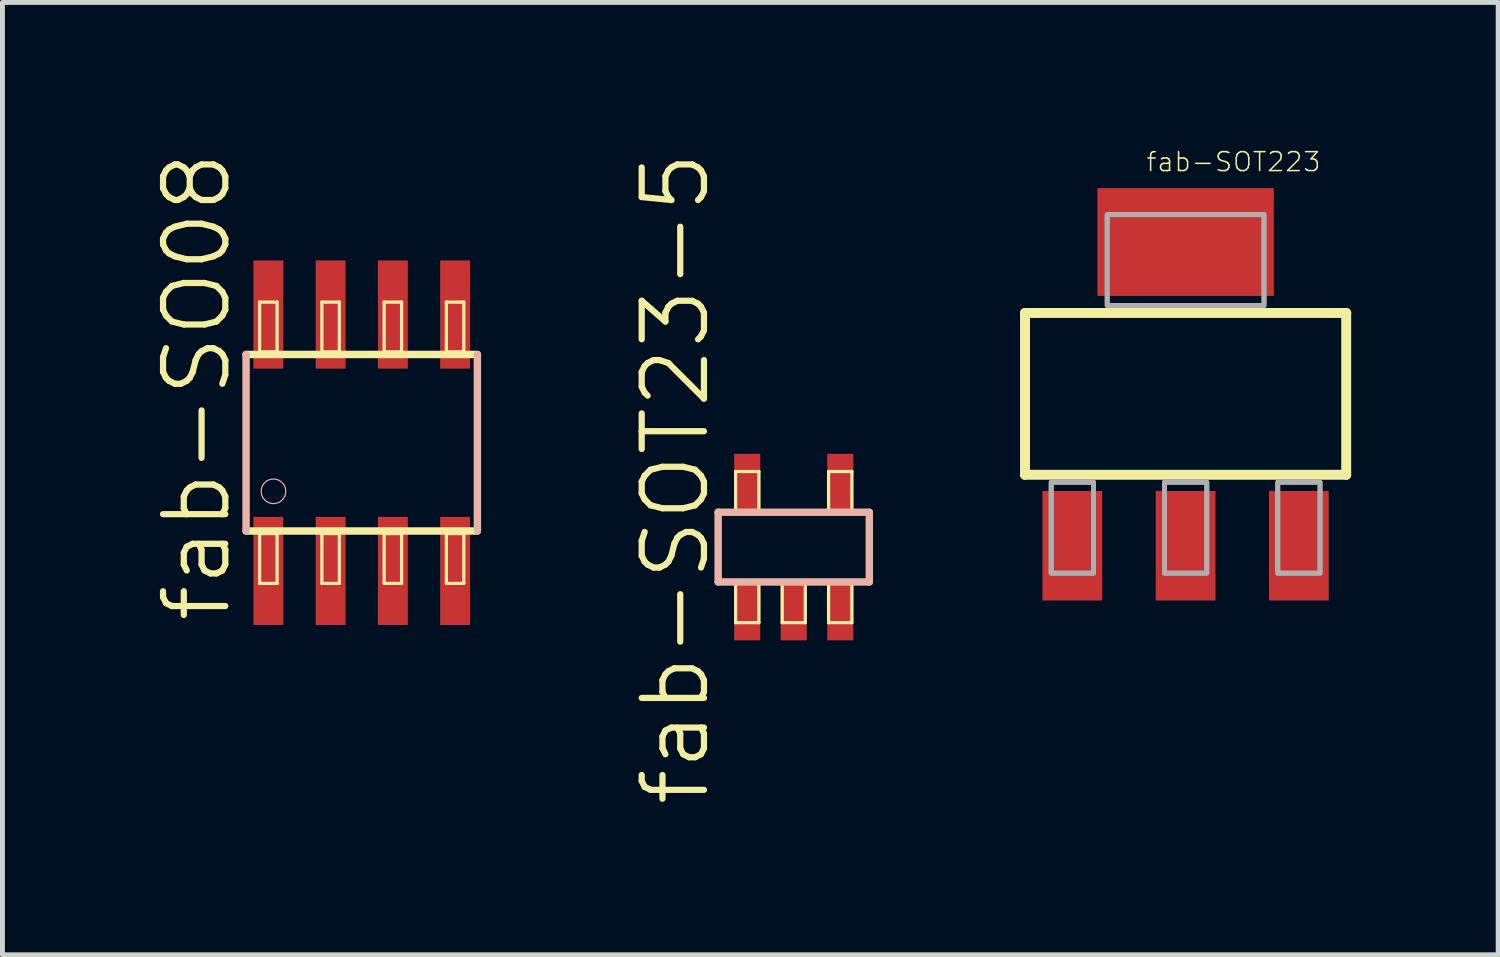
<source format=kicad_pcb>
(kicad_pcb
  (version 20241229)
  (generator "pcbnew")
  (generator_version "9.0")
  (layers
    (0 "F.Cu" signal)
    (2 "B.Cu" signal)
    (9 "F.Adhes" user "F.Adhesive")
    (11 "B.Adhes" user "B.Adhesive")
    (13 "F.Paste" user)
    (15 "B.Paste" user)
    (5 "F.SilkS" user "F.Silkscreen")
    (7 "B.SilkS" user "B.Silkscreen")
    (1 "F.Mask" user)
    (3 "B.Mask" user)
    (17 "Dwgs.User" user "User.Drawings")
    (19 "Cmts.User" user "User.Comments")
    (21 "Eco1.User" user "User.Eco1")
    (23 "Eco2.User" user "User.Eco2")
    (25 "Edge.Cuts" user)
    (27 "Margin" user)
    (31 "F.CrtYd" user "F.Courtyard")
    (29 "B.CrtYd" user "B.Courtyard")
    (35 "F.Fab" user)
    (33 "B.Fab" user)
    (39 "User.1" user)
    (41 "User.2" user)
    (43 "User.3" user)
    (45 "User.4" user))
  (footprint "fab-SO08"
    (layer "F.Cu")
    (at 4.331 5.984)
    (property "Reference" "fab-SO08" (at -3.365 -1.143 90) (layer "F.SilkS") (effects (font (size 1.27 1.27) (thickness 0.127))))
    (attr smd)
    (fp_line (start -2.36 1.801) (end 2.36 1.801) (stroke (width 0.152) (type solid)) (layer "F.SilkS"))
    (fp_line (start -2.083 -2.87) (end -1.727 -2.87) (stroke (width 0.066) (type solid)) (layer "F.SilkS"))
    (fp_line (start -2.083 -1.854) (end -2.083 -2.87) (stroke (width 0.066) (type solid)) (layer "F.SilkS"))
    (fp_line (start -2.083 -1.854) (end -1.727 -1.854) (stroke (width 0.066) (type solid)) (layer "F.SilkS"))
    (fp_line (start -2.083 1.854) (end -1.727 1.854) (stroke (width 0.066) (type solid)) (layer "F.SilkS"))
    (fp_line (start -2.083 2.87) (end -2.083 1.854) (stroke (width 0.066) (type solid)) (layer "F.SilkS"))
    (fp_line (start -2.083 2.87) (end -1.727 2.87) (stroke (width 0.066) (type solid)) (layer "F.SilkS"))
    (fp_line (start -1.727 -1.854) (end -1.727 -2.87) (stroke (width 0.066) (type solid)) (layer "F.SilkS"))
    (fp_line (start -1.727 2.87) (end -1.727 1.854) (stroke (width 0.066) (type solid)) (layer "F.SilkS"))
    (fp_line (start -0.813 -2.87) (end -0.457 -2.87) (stroke (width 0.066) (type solid)) (layer "F.SilkS"))
    (fp_line (start -0.813 -1.854) (end -0.813 -2.87) (stroke (width 0.066) (type solid)) (layer "F.SilkS"))
    (fp_line (start -0.813 -1.854) (end -0.457 -1.854) (stroke (width 0.066) (type solid)) (layer "F.SilkS"))
    (fp_line (start -0.813 1.854) (end -0.457 1.854) (stroke (width 0.066) (type solid)) (layer "F.SilkS"))
    (fp_line (start -0.813 2.87) (end -0.813 1.854) (stroke (width 0.066) (type solid)) (layer "F.SilkS"))
    (fp_line (start -0.813 2.87) (end -0.457 2.87) (stroke (width 0.066) (type solid)) (layer "F.SilkS"))
    (fp_line (start -0.457 -1.854) (end -0.457 -2.87) (stroke (width 0.066) (type solid)) (layer "F.SilkS"))
    (fp_line (start -0.457 2.87) (end -0.457 1.854) (stroke (width 0.066) (type solid)) (layer "F.SilkS"))
    (fp_line (start 0.457 -2.87) (end 0.813 -2.87) (stroke (width 0.066) (type solid)) (layer "F.SilkS"))
    (fp_line (start 0.457 -1.854) (end 0.457 -2.87) (stroke (width 0.066) (type solid)) (layer "F.SilkS"))
    (fp_line (start 0.457 -1.854) (end 0.813 -1.854) (stroke (width 0.066) (type solid)) (layer "F.SilkS"))
    (fp_line (start 0.457 1.854) (end 0.813 1.854) (stroke (width 0.066) (type solid)) (layer "F.SilkS"))
    (fp_line (start 0.457 2.87) (end 0.457 1.854) (stroke (width 0.066) (type solid)) (layer "F.SilkS"))
    (fp_line (start 0.457 2.87) (end 0.813 2.87) (stroke (width 0.066) (type solid)) (layer "F.SilkS"))
    (fp_line (start 0.813 -1.854) (end 0.813 -2.87) (stroke (width 0.066) (type solid)) (layer "F.SilkS"))
    (fp_line (start 0.813 2.87) (end 0.813 1.854) (stroke (width 0.066) (type solid)) (layer "F.SilkS"))
    (fp_line (start 1.727 -2.87) (end 2.083 -2.87) (stroke (width 0.066) (type solid)) (layer "F.SilkS"))
    (fp_line (start 1.727 -1.854) (end 1.727 -2.87) (stroke (width 0.066) (type solid)) (layer "F.SilkS"))
    (fp_line (start 1.727 -1.854) (end 2.083 -1.854) (stroke (width 0.066) (type solid)) (layer "F.SilkS"))
    (fp_line (start 1.727 1.854) (end 2.083 1.854) (stroke (width 0.066) (type solid)) (layer "F.SilkS"))
    (fp_line (start 1.727 2.87) (end 1.727 1.854) (stroke (width 0.066) (type solid)) (layer "F.SilkS"))
    (fp_line (start 1.727 2.87) (end 2.083 2.87) (stroke (width 0.066) (type solid)) (layer "F.SilkS"))
    (fp_line (start 2.083 -1.854) (end 2.083 -2.87) (stroke (width 0.066) (type solid)) (layer "F.SilkS"))
    (fp_line (start 2.083 2.87) (end 2.083 1.854) (stroke (width 0.066) (type solid)) (layer "F.SilkS"))
    (fp_line (start 2.36 -1.801) (end -2.36 -1.801) (stroke (width 0.152) (type solid)) (layer "F.SilkS"))
    (fp_line (start -2.36 -1.801) (end -2.36 1.801) (stroke (width 0.152) (type solid)) (layer "B.SilkS"))
    (fp_line (start 2.36 1.801) (end 2.36 -1.801) (stroke (width 0.152) (type solid)) (layer "B.SilkS"))
    (fp_circle (center -1.801 0.991) (end -1.979 1.168) (stroke (width 0.025) (type solid)) (fill no) (layer "B.SilkS"))
    (pad "1" smd rect (at -1.905 2.616) (size 0.61 2.207) (layers "F.Cu" "F.Mask" "F.Paste"))
    (pad "2" smd rect (at -0.635 2.616) (size 0.61 2.207) (layers "F.Cu" "F.Mask" "F.Paste"))
    (pad "3" smd rect (at 0.635 2.616) (size 0.61 2.207) (layers "F.Cu" "F.Mask" "F.Paste"))
    (pad "4" smd rect (at 1.905 2.616) (size 0.61 2.207) (layers "F.Cu" "F.Mask" "F.Paste"))
    (pad "5" smd rect (at 1.905 -2.616) (size 0.61 2.207) (layers "F.Cu" "F.Mask" "F.Paste"))
    (pad "6" smd rect (at 0.635 -2.616) (size 0.61 2.207) (layers "F.Cu" "F.Mask" "F.Paste"))
    (pad "7" smd rect (at -0.635 -2.616) (size 0.61 2.207) (layers "F.Cu" "F.Mask" "F.Paste"))
    (pad "8" smd rect (at -1.905 -2.616) (size 0.61 2.207) (layers "F.Cu" "F.Mask" "F.Paste")))
  (footprint "fab-SOT23-5"
    (layer "F.Cu")
    (at 13.146 8.113)
    (property "Reference" "fab-SOT23-5" (at -2.413 -1.397 90) (layer "F.SilkS") (effects (font (size 1.27 1.27) (thickness 0.127))))
    (attr smd)
    (fp_line (start -1.186 -1.542) (end -0.711 -1.542) (stroke (width 0.066) (type solid)) (layer "F.SilkS"))
    (fp_line (start -1.186 -0.711) (end -1.186 -1.542) (stroke (width 0.066) (type solid)) (layer "F.SilkS"))
    (fp_line (start -1.186 -0.711) (end -0.711 -0.711) (stroke (width 0.066) (type solid)) (layer "F.SilkS"))
    (fp_line (start -1.186 0.711) (end -0.711 0.711) (stroke (width 0.066) (type solid)) (layer "F.SilkS"))
    (fp_line (start -1.186 1.542) (end -1.186 0.711) (stroke (width 0.066) (type solid)) (layer "F.SilkS"))
    (fp_line (start -1.186 1.542) (end -0.711 1.542) (stroke (width 0.066) (type solid)) (layer "F.SilkS"))
    (fp_line (start -0.711 -0.711) (end -0.711 -1.542) (stroke (width 0.066) (type solid)) (layer "F.SilkS"))
    (fp_line (start -0.711 1.542) (end -0.711 0.711) (stroke (width 0.066) (type solid)) (layer "F.SilkS"))
    (fp_line (start -0.236 0.711) (end 0.236 0.711) (stroke (width 0.066) (type solid)) (layer "F.SilkS"))
    (fp_line (start -0.236 1.542) (end -0.236 0.711) (stroke (width 0.066) (type solid)) (layer "F.SilkS"))
    (fp_line (start -0.236 1.542) (end 0.236 1.542) (stroke (width 0.066) (type solid)) (layer "F.SilkS"))
    (fp_line (start 0.236 1.542) (end 0.236 0.711) (stroke (width 0.066) (type solid)) (layer "F.SilkS"))
    (fp_line (start 0.711 -1.542) (end 1.186 -1.542) (stroke (width 0.066) (type solid)) (layer "F.SilkS"))
    (fp_line (start 0.711 -0.711) (end 0.711 -1.542) (stroke (width 0.066) (type solid)) (layer "F.SilkS"))
    (fp_line (start 0.711 -0.711) (end 1.186 -0.711) (stroke (width 0.066) (type solid)) (layer "F.SilkS"))
    (fp_line (start 0.711 0.711) (end 1.186 0.711) (stroke (width 0.066) (type solid)) (layer "F.SilkS"))
    (fp_line (start 0.711 1.542) (end 0.711 0.711) (stroke (width 0.066) (type solid)) (layer "F.SilkS"))
    (fp_line (start 0.711 1.542) (end 1.186 1.542) (stroke (width 0.066) (type solid)) (layer "F.SilkS"))
    (fp_line (start 1.186 -0.711) (end 1.186 -1.542) (stroke (width 0.066) (type solid)) (layer "F.SilkS"))
    (fp_line (start 1.186 1.542) (end 1.186 0.711) (stroke (width 0.066) (type solid)) (layer "F.SilkS"))
    (fp_line (start -1.542 -0.711) (end 1.542 -0.711) (stroke (width 0.152) (type solid)) (layer "B.SilkS"))
    (fp_line (start -1.542 0.711) (end -1.542 -0.711) (stroke (width 0.152) (type solid)) (layer "B.SilkS"))
    (fp_line (start 1.542 -0.711) (end 1.542 0.711) (stroke (width 0.152) (type solid)) (layer "B.SilkS"))
    (fp_line (start 1.542 0.711) (end -1.542 0.711) (stroke (width 0.152) (type solid)) (layer "B.SilkS"))
    (pad "1" smd rect (at -0.95 1.306) (size 0.533 1.194) (layers "F.Cu" "F.Mask" "F.Paste"))
    (pad "2" smd rect (at 0 1.306) (size 0.533 1.194) (layers "F.Cu" "F.Mask" "F.Paste"))
    (pad "3" smd rect (at 0.95 1.306) (size 0.533 1.194) (layers "F.Cu" "F.Mask" "F.Paste"))
    (pad "4" smd rect (at 0.95 -1.306) (size 0.533 1.194) (layers "F.Cu" "F.Mask" "F.Paste"))
    (pad "5" smd rect (at -0.95 -1.306) (size 0.533 1.194) (layers "F.Cu" "F.Mask" "F.Paste")))
  (footprint "fab-SOT223"
    (layer "F.Cu")
    (at 21.142 4.987)
    (property "Reference" "fab-SOT223" (at -0.826 -4.508 0) (layer "F.SilkS") (effects (font (size 0.386 0.386) (thickness 0.031)) (justify left bottom)))
    (attr through_hole)
    (fp_line (start -3.277 -1.651) (end 3.277 -1.651) (stroke (width 0.203) (type solid)) (layer "F.SilkS"))
    (fp_line (start -3.277 1.651) (end -3.277 -1.651) (stroke (width 0.203) (type solid)) (layer "F.SilkS"))
    (fp_line (start 3.277 -1.651) (end 3.277 1.651) (stroke (width 0.203) (type solid)) (layer "F.SilkS"))
    (fp_line (start 3.277 1.651) (end -3.277 1.651) (stroke (width 0.203) (type solid)) (layer "F.SilkS"))
    (fp_poly (pts (xy -2.743 3.658) (xy -1.88 3.658) (xy -1.88 1.803) (xy -2.743 1.803)) (stroke (width 0.1) (type solid)) (fill no) (layer "F.Fab"))
    (fp_poly (pts (xy -2.743 3.658) (xy -1.88 3.658) (xy -1.88 1.803) (xy -2.743 1.803)) (stroke (width 0.1) (type solid)) (fill no) (layer "F.Fab"))
    (fp_poly (pts (xy -1.6 -1.803) (xy 1.6 -1.803) (xy 1.6 -3.658) (xy -1.6 -3.658)) (stroke (width 0.1) (type solid)) (fill no) (layer "F.Fab"))
    (fp_poly (pts (xy -1.6 -1.803) (xy 1.6 -1.803) (xy 1.6 -3.658) (xy -1.6 -3.658)) (stroke (width 0.1) (type solid)) (fill no) (layer "F.Fab"))
    (fp_poly (pts (xy -0.432 3.658) (xy 0.432 3.658) (xy 0.432 1.803) (xy -0.432 1.803)) (stroke (width 0.1) (type solid)) (fill no) (layer "F.Fab"))
    (fp_poly (pts (xy -0.432 3.658) (xy 0.432 3.658) (xy 0.432 1.803) (xy -0.432 1.803)) (stroke (width 0.1) (type solid)) (fill no) (layer "F.Fab"))
    (fp_poly (pts (xy 1.88 3.658) (xy 2.743 3.658) (xy 2.743 1.803) (xy 1.88 1.803)) (stroke (width 0.1) (type solid)) (fill no) (layer "F.Fab"))
    (fp_poly (pts (xy 1.88 3.658) (xy 2.743 3.658) (xy 2.743 1.803) (xy 1.88 1.803)) (stroke (width 0.1) (type solid)) (fill no) (layer "F.Fab"))
    (pad "1" smd rect (at -2.311 3.099) (size 1.219 2.235) (layers "F.Cu" "F.Mask" "F.Paste"))
    (pad "2" smd rect (at 0 -3.099) (size 3.6 2.2) (layers "F.Cu" "F.Mask" "F.Paste"))
    (pad "2" smd rect (at 0 3.099) (size 1.219 2.235) (layers "F.Cu" "F.Mask" "F.Paste"))
    (pad "3" smd rect (at 2.311 3.099) (size 1.219 2.235) (layers "F.Cu" "F.Mask" "F.Paste")))
  (gr_rect
    (start -3 -3)
    (end 27.52 16.432)
    (stroke (width 0.1) (type default))
    (fill no)
    (layer "Edge.Cuts")))
</source>
